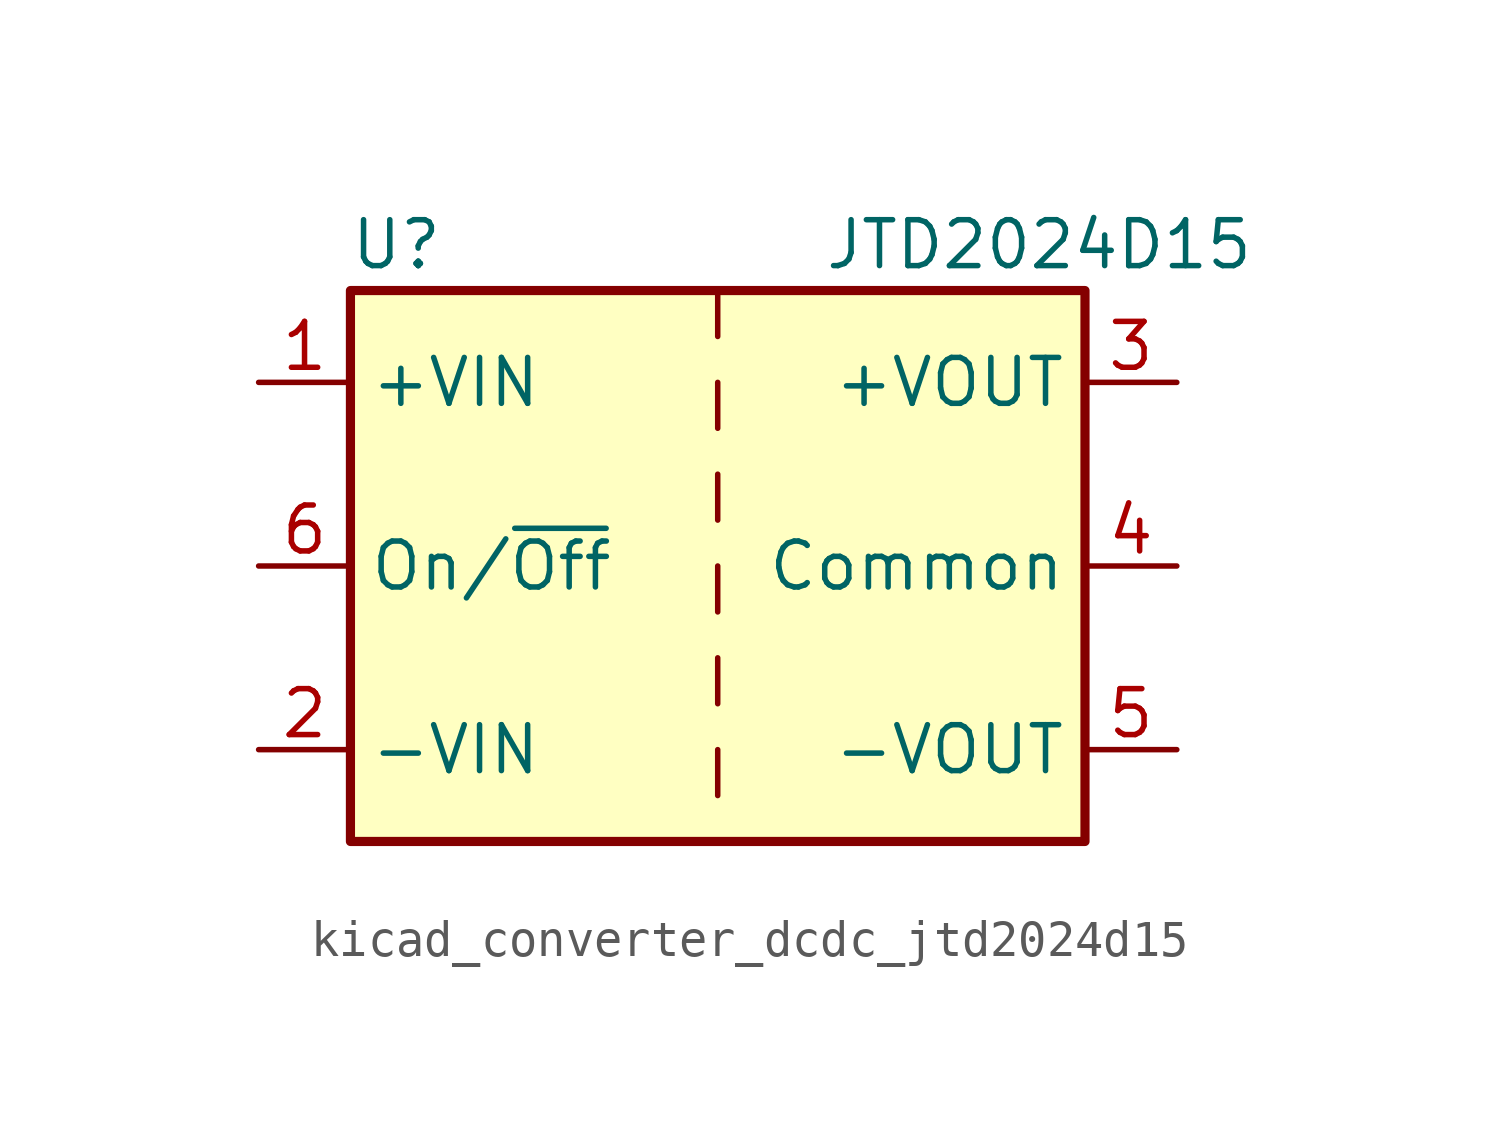
<source format=kicad_sym>
(kicad_symbol_lib
  (version 20220914)
  (generator kicad_symbol_editor)
  (symbol "kicad_converter_dcdc_jtd2024d15"
    (property "Reference" "U"
      (at -8.89 8.89 0)
      (effects (font (size 1.27 1.27))))
    (property "Value" "JTD2024D15"
      (at 8.89 8.89 0)
      (effects (font (size 1.27 1.27))))
    (symbol "kicad_converter_dcdc_jtd2024d15_0_1"
      (rectangle (start -10.16 7.62) (end 10.16 -7.62) (stroke (width 0.254) (type default)) (fill (type background)))
      (polyline (pts (xy 0 -5.08) (xy 0 -6.35)) (stroke (width 0) (type default)) (fill (type none)))
      (polyline (pts (xy 0 -2.54) (xy 0 -3.81)) (stroke (width 0) (type default)) (fill (type none)))
      (polyline (pts (xy 0 0) (xy 0 -1.27)) (stroke (width 0) (type default)) (fill (type none)))
      (polyline (pts (xy 0 2.54) (xy 0 1.27)) (stroke (width 0) (type default)) (fill (type none)))
      (polyline (pts (xy 0 5.08) (xy 0 3.81)) (stroke (width 0) (type default)) (fill (type none)))
      (polyline (pts (xy 0 7.62) (xy 0 6.35)) (stroke (width 0) (type default)) (fill (type none))))
    (symbol "kicad_converter_dcdc_jtd2024d15_1_1"
      (pin power_in line (at -12.7 5.08 0) (length 2.54) (name "+VIN" (effects (font (size 1.27 1.27)))) (number "1" (effects (font (size 1.27 1.27)))))
      (pin power_in line (at -12.7 -5.08 0) (length 2.54) (name "-VIN" (effects (font (size 1.27 1.27)))) (number "2" (effects (font (size 1.27 1.27)))))
      (pin power_out line (at 12.7 5.08 180) (length 2.54) (name "+VOUT" (effects (font (size 1.27 1.27)))) (number "3" (effects (font (size 1.27 1.27)))))
      (pin power_out line (at 12.7 0 180) (length 2.54) (name "Common" (effects (font (size 1.27 1.27)))) (number "4" (effects (font (size 1.27 1.27)))))
      (pin power_out line (at 12.7 -5.08 180) (length 2.54) (name "-VOUT" (effects (font (size 1.27 1.27)))) (number "5" (effects (font (size 1.27 1.27)))))
      (pin input line (at -12.7 0 0) (length 2.54) (name "On/~{Off}" (effects (font (size 1.27 1.27)))) (number "6" (effects (font (size 1.27 1.27))))))))
</source>
